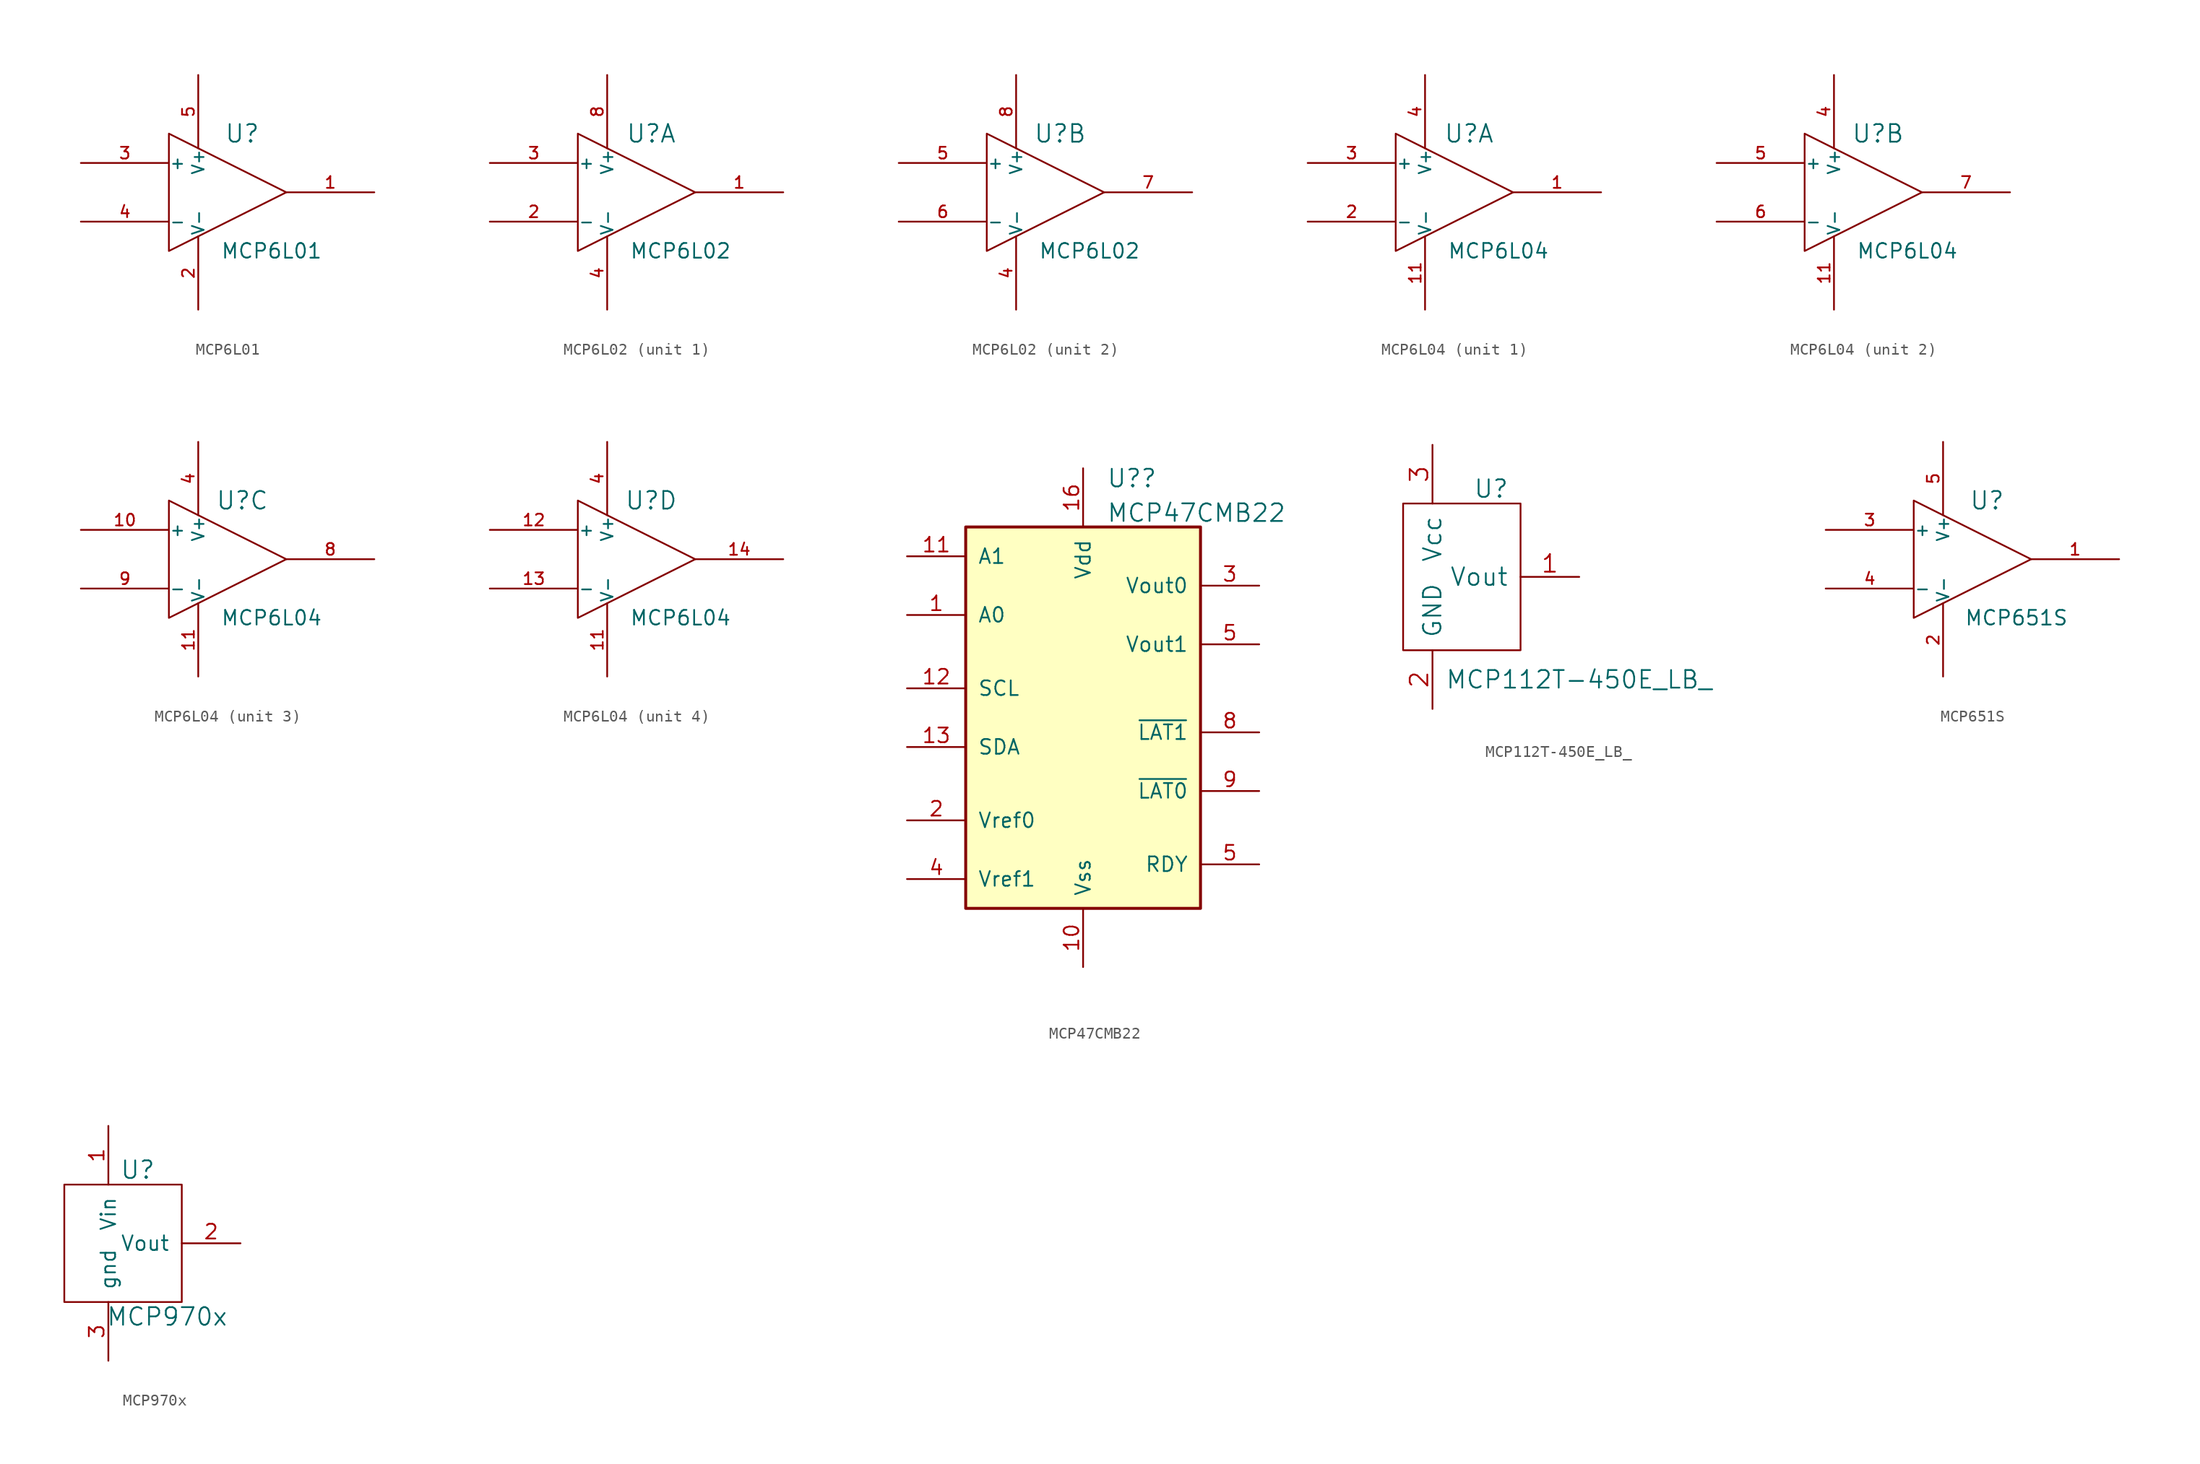
<source format=kicad_sym>
(kicad_symbol_lib
  (version 20211014)
  (generator kicad_symbol_editor)
  (symbol "MCP6L01"
    (pin_names
      (offset 0.025))
    (property "Reference" "U"
      (at 1.27 5.08 0)
      (effects (font (size 1.524 1.524))))
    (property "Value" "MCP6L01"
      (at 3.81 -5.08 0)
      (effects (font (size 1.27 1.27))))
    (property "Footprint" ""
      (at 0 0 0)
      (effects (font (size 1.524 1.524))))
    (property "Datasheet" ""
      (at 0 0 0)
      (effects (font (size 1.524 1.524))))
    (symbol "MCP6L01_0_1"
      (polyline (pts (xy -5.08 5.08) (xy 5.08 0) (xy -5.08 -5.08) (xy -5.08 5.08)) (stroke (width 0.152) (type default) (color 0 0 0 0)) (fill (type none)))
      (pin power_in line (at -2.54 -10.16 90) (length 6.35) (name "V-" (effects (font (size 1.016 1.016)))) (number "2" (effects (font (size 1.016 1.016)))))
      (pin power_in line (at -2.54 10.16 270) (length 6.35) (name "V+" (effects (font (size 1.016 1.016)))) (number "5" (effects (font (size 1.016 1.016))))))
    (symbol "MCP6L01_1_1"
      (pin output line (at 12.7 0 180) (length 7.62) (name "~" (effects (font (size 1.016 1.016)))) (number "1" (effects (font (size 1.016 1.016)))))
      (pin input line (at -12.7 2.54 0) (length 7.62) (name "+" (effects (font (size 1.016 1.016)))) (number "3" (effects (font (size 1.016 1.016)))))
      (pin input line (at -12.7 -2.54 0) (length 7.62) (name "-" (effects (font (size 1.016 1.016)))) (number "4" (effects (font (size 1.016 1.016)))))))
  (symbol "MCP6L02"
    (pin_names
      (offset 0.025))
    (property "Reference" "U"
      (at 1.27 5.08 0)
      (effects (font (size 1.524 1.524))))
    (property "Value" "MCP6L02"
      (at 3.81 -5.08 0)
      (effects (font (size 1.27 1.27))))
    (property "Footprint" ""
      (at 0 0 0)
      (effects (font (size 1.524 1.524))))
    (property "Datasheet" ""
      (at 0 0 0)
      (effects (font (size 1.524 1.524))))
    (symbol "MCP6L02_0_1"
      (polyline (pts (xy -5.08 5.08) (xy 5.08 0) (xy -5.08 -5.08) (xy -5.08 5.08)) (stroke (width 0.152) (type default) (color 0 0 0 0)) (fill (type none)))
      (pin power_in line (at -2.54 -10.16 90) (length 6.35) (name "V-" (effects (font (size 1.016 1.016)))) (number "4" (effects (font (size 1.016 1.016)))))
      (pin power_in line (at -2.54 10.16 270) (length 6.35) (name "V+" (effects (font (size 1.016 1.016)))) (number "8" (effects (font (size 1.016 1.016))))))
    (symbol "MCP6L02_1_1"
      (pin output line (at 12.7 0 180) (length 7.62) (name "~" (effects (font (size 1.016 1.016)))) (number "1" (effects (font (size 1.016 1.016)))))
      (pin input line (at -12.7 -2.54 0) (length 7.62) (name "-" (effects (font (size 1.016 1.016)))) (number "2" (effects (font (size 1.016 1.016)))))
      (pin input line (at -12.7 2.54 0) (length 7.62) (name "+" (effects (font (size 1.016 1.016)))) (number "3" (effects (font (size 1.016 1.016))))))
    (symbol "MCP6L02_2_1"
      (pin input line (at -12.7 2.54 0) (length 7.62) (name "+" (effects (font (size 1.016 1.016)))) (number "5" (effects (font (size 1.016 1.016)))))
      (pin input line (at -12.7 -2.54 0) (length 7.62) (name "-" (effects (font (size 1.016 1.016)))) (number "6" (effects (font (size 1.016 1.016)))))
      (pin output line (at 12.7 0 180) (length 7.62) (name "~" (effects (font (size 1.016 1.016)))) (number "7" (effects (font (size 1.016 1.016)))))))
  (symbol "MCP6L04"
    (pin_names
      (offset 0.025))
    (property "Reference" "U"
      (at 1.27 5.08 0)
      (effects (font (size 1.524 1.524))))
    (property "Value" "MCP6L04"
      (at 3.81 -5.08 0)
      (effects (font (size 1.27 1.27))))
    (property "Footprint" ""
      (at 0 0 0)
      (effects (font (size 1.524 1.524))))
    (property "Datasheet" ""
      (at 0 0 0)
      (effects (font (size 1.524 1.524))))
    (symbol "MCP6L04_0_1"
      (polyline (pts (xy -5.08 5.08) (xy 5.08 0) (xy -5.08 -5.08) (xy -5.08 5.08)) (stroke (width 0.152) (type default) (color 0 0 0 0)) (fill (type none)))
      (pin power_in line (at -2.54 -10.16 90) (length 6.35) (name "V-" (effects (font (size 1.016 1.016)))) (number "11" (effects (font (size 1.016 1.016)))))
      (pin power_in line (at -2.54 10.16 270) (length 6.35) (name "V+" (effects (font (size 1.016 1.016)))) (number "4" (effects (font (size 1.016 1.016))))))
    (symbol "MCP6L04_1_1"
      (pin output line (at 12.7 0 180) (length 7.62) (name "~" (effects (font (size 1.016 1.016)))) (number "1" (effects (font (size 1.016 1.016)))))
      (pin input line (at -12.7 -2.54 0) (length 7.62) (name "-" (effects (font (size 1.016 1.016)))) (number "2" (effects (font (size 1.016 1.016)))))
      (pin input line (at -12.7 2.54 0) (length 7.62) (name "+" (effects (font (size 1.016 1.016)))) (number "3" (effects (font (size 1.016 1.016))))))
    (symbol "MCP6L04_2_1"
      (pin input line (at -12.7 2.54 0) (length 7.62) (name "+" (effects (font (size 1.016 1.016)))) (number "5" (effects (font (size 1.016 1.016)))))
      (pin input line (at -12.7 -2.54 0) (length 7.62) (name "-" (effects (font (size 1.016 1.016)))) (number "6" (effects (font (size 1.016 1.016)))))
      (pin output line (at 12.7 0 180) (length 7.62) (name "~" (effects (font (size 1.016 1.016)))) (number "7" (effects (font (size 1.016 1.016))))))
    (symbol "MCP6L04_3_1"
      (pin input line (at -12.7 2.54 0) (length 7.62) (name "+" (effects (font (size 1.016 1.016)))) (number "10" (effects (font (size 1.016 1.016)))))
      (pin output line (at 12.7 0 180) (length 7.62) (name "~" (effects (font (size 1.016 1.016)))) (number "8" (effects (font (size 1.016 1.016)))))
      (pin input line (at -12.7 -2.54 0) (length 7.62) (name "-" (effects (font (size 1.016 1.016)))) (number "9" (effects (font (size 1.016 1.016))))))
    (symbol "MCP6L04_4_1"
      (pin input line (at -12.7 2.54 0) (length 7.62) (name "+" (effects (font (size 1.016 1.016)))) (number "12" (effects (font (size 1.016 1.016)))))
      (pin input line (at -12.7 -2.54 0) (length 7.62) (name "-" (effects (font (size 1.016 1.016)))) (number "13" (effects (font (size 1.016 1.016)))))
      (pin output line (at 12.7 0 180) (length 7.62) (name "~" (effects (font (size 1.016 1.016)))) (number "14" (effects (font (size 1.016 1.016)))))))
  (symbol "MCP47CMB22"
    (pin_names
      (offset 1.016))
    (property "Reference" "U?"
      (at 2.019 20.721 0)
      (effects (font (size 1.524 1.524)) (justify left)))
    (property "Value" "MCP47CMB22"
      (at 2.019 17.728 0)
      (effects (font (size 1.524 1.524)) (justify left)))
    (property "Footprint" ""
      (at 0 0 0)
      (effects (font (size 1.524 1.524))))
    (property "Datasheet" ""
      (at 0 0 0)
      (effects (font (size 1.524 1.524))))
    (symbol "MCP47CMB22_0_1"
      (rectangle (start -10.16 16.51) (end 10.16 -16.51) (stroke (width 0.254) (type default) (color 0 0 0 0)) (fill (type background))))
    (symbol "MCP47CMB22_1_1"
      (pin input line (at -15.24 8.89 0) (length 5.08) (name "A0" (effects (font (size 1.27 1.27)))) (number "1" (effects (font (size 1.27 1.27)))))
      (pin power_in line (at 0 -21.59 90) (length 5.08) (name "Vss" (effects (font (size 1.27 1.27)))) (number "10" (effects (font (size 1.27 1.27)))))
      (pin input line (at -15.24 13.97 0) (length 5.08) (name "A1" (effects (font (size 1.27 1.27)))) (number "11" (effects (font (size 1.27 1.27)))))
      (pin input line (at -15.24 2.54 0) (length 5.08) (name "SCL" (effects (font (size 1.27 1.27)))) (number "12" (effects (font (size 1.27 1.27)))))
      (pin bidirectional line (at -15.24 -2.54 0) (length 5.08) (name "SDA" (effects (font (size 1.27 1.27)))) (number "13" (effects (font (size 1.27 1.27)))))
      (pin power_in line (at 0 21.59 270) (length 5.08) (name "Vdd" (effects (font (size 1.27 1.27)))) (number "16" (effects (font (size 1.27 1.27)))))
      (pin bidirectional line (at -15.24 -8.89 0) (length 5.08) (name "Vref0" (effects (font (size 1.27 1.27)))) (number "2" (effects (font (size 1.27 1.27)))))
      (pin output line (at 15.24 11.43 180) (length 5.08) (name "Vout0" (effects (font (size 1.27 1.27)))) (number "3" (effects (font (size 1.27 1.27)))))
      (pin bidirectional line (at -15.24 -13.97 0) (length 5.08) (name "Vref1" (effects (font (size 1.27 1.27)))) (number "4" (effects (font (size 1.27 1.27)))))
      (pin open_collector line (at 15.24 -12.7 180) (length 5.08) (name "RDY" (effects (font (size 1.27 1.27)))) (number "5" (effects (font (size 1.27 1.27)))))
      (pin output line (at 15.24 6.35 180) (length 5.08) (name "Vout1" (effects (font (size 1.27 1.27)))) (number "5" (effects (font (size 1.27 1.27)))))
      (pin input line (at 15.24 -1.27 180) (length 5.08) (name "~{LAT1}" (effects (font (size 1.27 1.27)))) (number "8" (effects (font (size 1.27 1.27)))))
      (pin input line (at 15.24 -6.35 180) (length 5.08) (name "~{LAT0}" (effects (font (size 1.27 1.27)))) (number "9" (effects (font (size 1.27 1.27)))))))
  (symbol "MCP112T-450E_LB_"
    (pin_names
      (offset 1.016))
    (property "Reference" "U"
      (at 2.54 7.62 0)
      (effects (font (size 1.524 1.524))))
    (property "Value" "MCP112T-450E_LB_"
      (at 10.16 -8.89 0)
      (effects (font (size 1.524 1.524))))
    (property "Footprint" ""
      (at 0 0 0)
      (effects (font (size 1.524 1.524))))
    (property "Datasheet" ""
      (at 0 0 0)
      (effects (font (size 1.524 1.524))))
    (symbol "MCP112T-450E_LB__0_1"
      (rectangle (start 5.08 6.35) (end -5.08 -6.35) (stroke (width 0) (type default) (color 0 0 0 0)) (fill (type none))))
    (symbol "MCP112T-450E_LB__1_1"
      (pin power_in line (at 10.16 0 180) (length 5.08) (name "Vout" (effects (font (size 1.524 1.524)))) (number "1" (effects (font (size 1.524 1.524)))))
      (pin power_in line (at -2.54 -11.43 90) (length 5.08) (name "GND" (effects (font (size 1.524 1.524)))) (number "2" (effects (font (size 1.524 1.524)))))
      (pin power_in line (at -2.54 11.43 270) (length 5.08) (name "Vcc" (effects (font (size 1.524 1.524)))) (number "3" (effects (font (size 1.524 1.524)))))))
  (symbol "MCP651S"
    (pin_names
      (offset 0.025))
    (property "Reference" "U"
      (at 1.27 5.08 0)
      (effects (font (size 1.524 1.524))))
    (property "Value" "MCP651S"
      (at 3.81 -5.08 0)
      (effects (font (size 1.27 1.27))))
    (property "Footprint" ""
      (at 0 0 0)
      (effects (font (size 1.524 1.524))))
    (property "Datasheet" ""
      (at 0 0 0)
      (effects (font (size 1.524 1.524))))
    (symbol "MCP651S_0_1"
      (polyline (pts (xy -5.08 5.08) (xy 5.08 0) (xy -5.08 -5.08) (xy -5.08 5.08)) (stroke (width 0.152) (type default) (color 0 0 0 0)) (fill (type none)))
      (pin power_in line (at -2.54 -10.16 90) (length 6.35) (name "V-" (effects (font (size 1.016 1.016)))) (number "2" (effects (font (size 1.016 1.016)))))
      (pin power_in line (at -2.54 10.16 270) (length 6.35) (name "V+" (effects (font (size 1.016 1.016)))) (number "5" (effects (font (size 1.016 1.016))))))
    (symbol "MCP651S_1_1"
      (pin output line (at 12.7 0 180) (length 7.62) (name "~" (effects (font (size 1.016 1.016)))) (number "1" (effects (font (size 1.016 1.016)))))
      (pin input line (at -12.7 2.54 0) (length 7.62) (name "+" (effects (font (size 1.016 1.016)))) (number "3" (effects (font (size 1.016 1.016)))))
      (pin input line (at -12.7 -2.54 0) (length 7.62) (name "-" (effects (font (size 1.016 1.016)))) (number "4" (effects (font (size 1.016 1.016)))))))
  (symbol "MCP970x"
    (pin_names
      (offset 1.016))
    (property "Reference" "U"
      (at 0 6.35 0)
      (effects (font (size 1.524 1.524))))
    (property "Value" "MCP970x"
      (at 2.54 -6.35 0)
      (effects (font (size 1.524 1.524))))
    (property "Footprint" ""
      (at 0 0 0)
      (effects (font (size 1.524 1.524))))
    (property "Datasheet" ""
      (at 0 0 0)
      (effects (font (size 1.524 1.524))))
    (symbol "MCP970x_0_1"
      (rectangle (start 3.81 5.08) (end -6.35 -5.08) (stroke (width 0) (type default) (color 0 0 0 0)) (fill (type none))))
    (symbol "MCP970x_1_1"
      (pin input line (at -2.54 10.16 270) (length 5.08) (name "Vin" (effects (font (size 1.27 1.27)))) (number "1" (effects (font (size 1.27 1.27)))))
      (pin input line (at 8.89 0 180) (length 5.08) (name "Vout" (effects (font (size 1.27 1.27)))) (number "2" (effects (font (size 1.27 1.27)))))
      (pin input line (at -2.54 -10.16 90) (length 5.08) (name "gnd" (effects (font (size 1.27 1.27)))) (number "3" (effects (font (size 1.27 1.27))))))))
</source>
